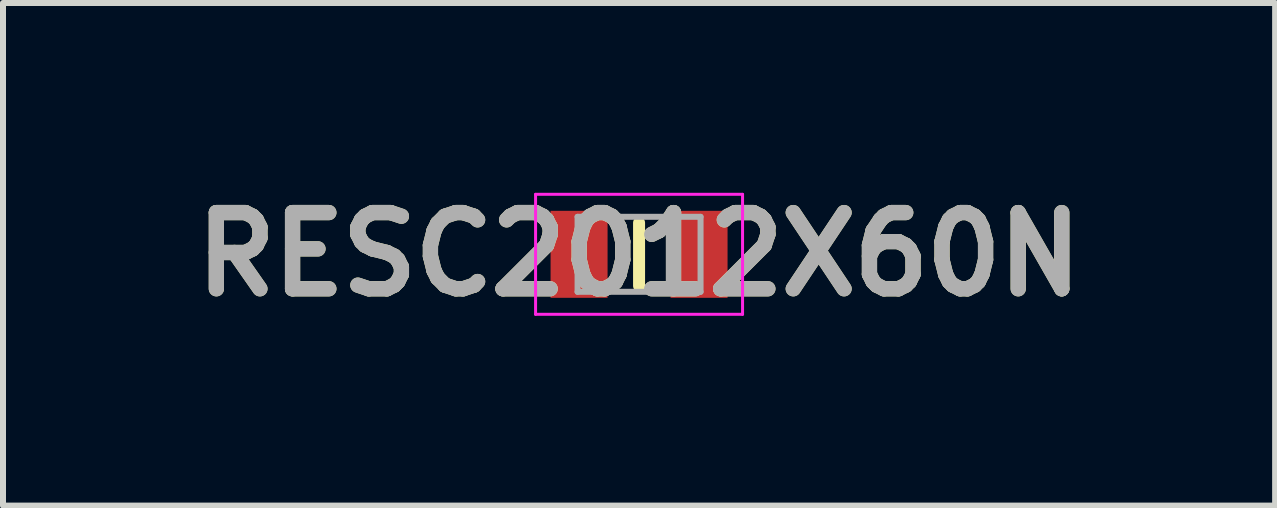
<source format=kicad_pcb>
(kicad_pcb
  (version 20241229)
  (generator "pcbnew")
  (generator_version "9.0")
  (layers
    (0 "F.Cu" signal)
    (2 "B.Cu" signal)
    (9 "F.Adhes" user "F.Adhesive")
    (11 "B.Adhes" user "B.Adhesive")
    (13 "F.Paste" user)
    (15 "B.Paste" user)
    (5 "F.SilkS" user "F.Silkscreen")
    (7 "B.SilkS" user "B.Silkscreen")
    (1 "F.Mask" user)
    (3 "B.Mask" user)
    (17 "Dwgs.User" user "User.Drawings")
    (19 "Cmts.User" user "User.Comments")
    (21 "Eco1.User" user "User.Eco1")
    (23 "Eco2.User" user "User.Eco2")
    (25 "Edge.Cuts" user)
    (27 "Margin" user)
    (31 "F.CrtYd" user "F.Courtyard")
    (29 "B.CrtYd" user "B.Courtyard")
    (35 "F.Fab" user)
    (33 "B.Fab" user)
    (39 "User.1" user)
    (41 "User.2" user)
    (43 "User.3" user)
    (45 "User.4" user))
  (footprint "RESC2012X60N"
    (layer "F.Cu")
    (at 7.602 1.189)
    (property "Reference" "RESC2012X60N" (at 0 0 0) (layer "F.SilkS") (effects (font (size 1.27 1.27) (thickness 0.254))))
    (attr smd)
    (fp_line (start 0 -0.525) (end 0 0.525) (stroke (width 0.2) (type solid)) (layer "F.SilkS"))
    (fp_line (start -1.725 -1) (end 1.725 -1) (stroke (width 0.05) (type solid)) (layer "F.CrtYd"))
    (fp_line (start -1.725 1) (end -1.725 -1) (stroke (width 0.05) (type solid)) (layer "F.CrtYd"))
    (fp_line (start 1.725 -1) (end 1.725 1) (stroke (width 0.05) (type solid)) (layer "F.CrtYd"))
    (fp_line (start 1.725 1) (end -1.725 1) (stroke (width 0.05) (type solid)) (layer "F.CrtYd"))
    (fp_line (start -1.025 -0.625) (end 1.025 -0.625) (stroke (width 0.1) (type solid)) (layer "F.Fab"))
    (fp_line (start -1.025 0.625) (end -1.025 -0.625) (stroke (width 0.1) (type solid)) (layer "F.Fab"))
    (fp_line (start 1.025 -0.625) (end 1.025 0.625) (stroke (width 0.1) (type solid)) (layer "F.Fab"))
    (fp_line (start 1.025 0.625) (end -1.025 0.625) (stroke (width 0.1) (type solid)) (layer "F.Fab"))
    (fp_text user "${REFERENCE}" (at 0 0 0) (layer "F.Fab") (effects (font (size 1.27 1.27) (thickness 0.254))))
    (pad "1" smd rect (at -1 0) (size 0.95 1.45) (layers "F.Cu" "F.Mask" "F.Paste"))
    (pad "2" smd rect (at 1 0) (size 0.95 1.45) (layers "F.Cu" "F.Mask" "F.Paste")))
  (gr_rect
    (start -3 -3)
    (end 18.204 5.377)
    (stroke (width 0.1) (type default))
    (fill no)
    (layer "Edge.Cuts")))
</source>
